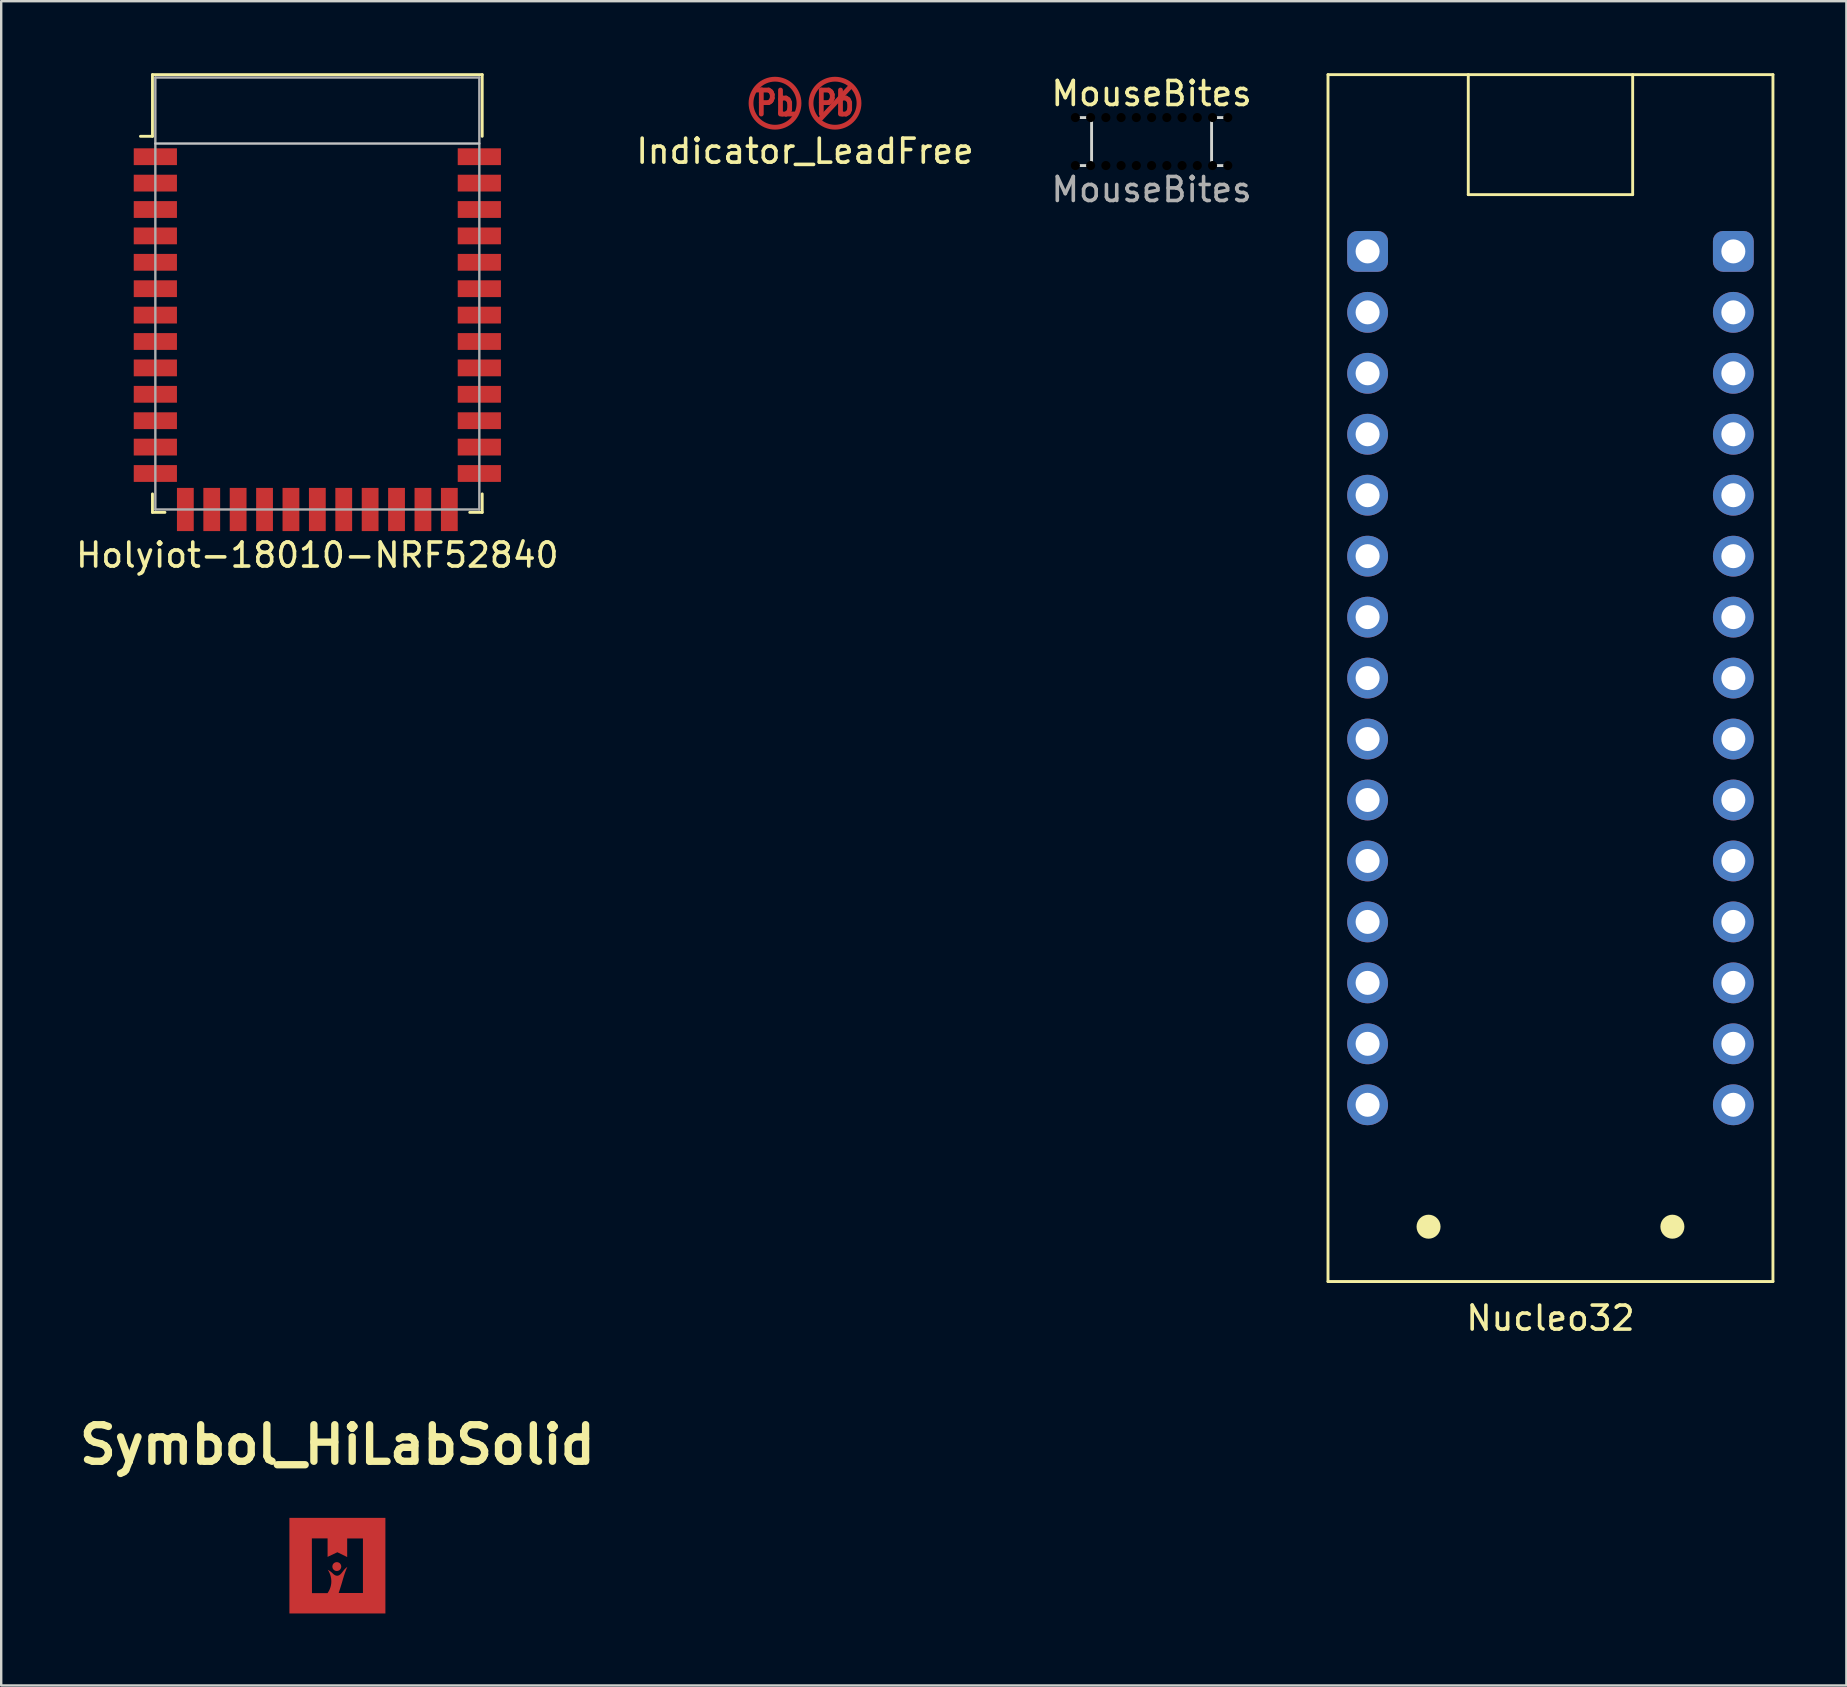
<source format=kicad_pcb>
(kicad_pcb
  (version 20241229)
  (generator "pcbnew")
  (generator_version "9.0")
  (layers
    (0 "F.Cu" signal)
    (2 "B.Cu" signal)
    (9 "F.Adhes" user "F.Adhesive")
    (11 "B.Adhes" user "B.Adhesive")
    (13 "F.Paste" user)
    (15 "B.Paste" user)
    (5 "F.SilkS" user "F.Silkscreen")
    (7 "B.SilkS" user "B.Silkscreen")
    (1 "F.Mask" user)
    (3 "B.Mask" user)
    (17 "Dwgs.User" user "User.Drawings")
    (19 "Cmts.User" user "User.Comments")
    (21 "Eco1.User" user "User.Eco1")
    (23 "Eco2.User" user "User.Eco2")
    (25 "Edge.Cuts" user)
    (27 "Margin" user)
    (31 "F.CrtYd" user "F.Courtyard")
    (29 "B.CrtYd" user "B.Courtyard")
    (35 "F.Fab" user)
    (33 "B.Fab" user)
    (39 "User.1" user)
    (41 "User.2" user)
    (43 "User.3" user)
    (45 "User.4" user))
  (footprint "MouseBites"
    (layer "F.Cu")
    (at 44.935 2.848)
    (property "Reference" "MouseBites" (at 0 -2 0) (unlocked yes) (layer "F.SilkS") (effects (font (size 1 1) (thickness 0.15))))
    (attr through_hole)
    (fp_line (start -3 -1) (end -2.5 -1) (stroke (width 0.12) (type solid)) (layer "Edge.Cuts"))
    (fp_line (start -3 1) (end -2.5 1) (stroke (width 0.12) (type solid)) (layer "Edge.Cuts"))
    (fp_line (start -2.5 1) (end -2.5 -1) (stroke (width 0.12) (type solid)) (layer "Edge.Cuts"))
    (fp_line (start 2.5 -1) (end 2.5 1) (stroke (width 0.12) (type solid)) (layer "Edge.Cuts"))
    (fp_line (start 2.5 -1) (end 3 -1) (stroke (width 0.12) (type solid)) (layer "Edge.Cuts"))
    (fp_line (start 2.5 1) (end 3 1) (stroke (width 0.12) (type solid)) (layer "Edge.Cuts"))
    (fp_text user "${REFERENCE}" (at 0 2 0) (unlocked yes) (layer "F.Fab") (effects (font (size 1 1) (thickness 0.15))))
    (pad "" np_thru_hole circle (at -3.175 -1 180) (size 0.38 0.38) (drill 0.38) (layers "*.Mask"))
    (pad "" np_thru_hole circle (at -3.175 1 180) (size 0.38 0.38) (drill 0.38) (layers "*.Mask"))
    (pad "" np_thru_hole circle (at -2.54 -1 180) (size 0.38 0.38) (drill 0.38) (layers "*.Mask"))
    (pad "" np_thru_hole circle (at -2.54 1 180) (size 0.38 0.38) (drill 0.38) (layers "*.Mask"))
    (pad "" np_thru_hole circle (at -1.905 -1 180) (size 0.38 0.38) (drill 0.38) (layers "*.Mask"))
    (pad "" np_thru_hole circle (at -1.905 1 180) (size 0.38 0.38) (drill 0.38) (layers "*.Mask"))
    (pad "" np_thru_hole circle (at -1.27 -1 180) (size 0.38 0.38) (drill 0.38) (layers "*.Mask"))
    (pad "" np_thru_hole circle (at -1.27 1 180) (size 0.38 0.38) (drill 0.38) (layers "*.Mask"))
    (pad "" np_thru_hole circle (at -0.635 -1 180) (size 0.38 0.38) (drill 0.38) (layers "*.Mask"))
    (pad "" np_thru_hole circle (at -0.635 1 180) (size 0.38 0.38) (drill 0.38) (layers "*.Mask"))
    (pad "" np_thru_hole circle (at 0 -1) (size 0.38 0.38) (drill 0.38) (layers "*.Mask"))
    (pad "" np_thru_hole circle (at 0 1) (size 0.38 0.38) (drill 0.38) (layers "*.Mask"))
    (pad "" np_thru_hole circle (at 0.635 -1) (size 0.38 0.38) (drill 0.38) (layers "*.Mask"))
    (pad "" np_thru_hole circle (at 0.635 1) (size 0.38 0.38) (drill 0.38) (layers "*.Mask"))
    (pad "" np_thru_hole circle (at 1.27 -1) (size 0.38 0.38) (drill 0.38) (layers "*.Mask"))
    (pad "" np_thru_hole circle (at 1.27 1) (size 0.38 0.38) (drill 0.38) (layers "*.Mask"))
    (pad "" np_thru_hole circle (at 1.905 -1) (size 0.38 0.38) (drill 0.38) (layers "*.Mask"))
    (pad "" np_thru_hole circle (at 1.905 1) (size 0.38 0.38) (drill 0.38) (layers "*.Mask"))
    (pad "" np_thru_hole circle (at 2.54 -1) (size 0.38 0.38) (drill 0.38) (layers "*.Mask"))
    (pad "" np_thru_hole circle (at 2.54 1) (size 0.38 0.38) (drill 0.38) (layers "*.Mask"))
    (pad "" np_thru_hole circle (at 3.175 -1) (size 0.38 0.38) (drill 0.38) (layers "*.Mask"))
    (pad "" np_thru_hole circle (at 3.175 1) (size 0.38 0.38) (drill 0.38) (layers "*.Mask")))
  (footprint "Indicator_LeadFree"
    (layer "F.Cu")
    (at 30.494 1.25)
    (property "Reference" "Indicator_LeadFree" (at 0 2 0) (layer "F.SilkS") (effects (font (size 1 1) (thickness 0.15))))
    (attr exclude_from_pos_files exclude_from_bom)
    (fp_line (start -2.05 -0.55) (end -1.8 -0.55) (stroke (width 0.2) (type solid)) (layer "F.Cu"))
    (fp_line (start -0.8 0.45) (end -0.4 0.45) (stroke (width 0.2) (type solid)) (layer "F.Cu"))
    (fp_line (start 0.6 0.7) (end 1.9 -0.7) (stroke (width 0.2) (type solid)) (layer "F.Cu"))
    (fp_circle (center -1.25 0) (end -0.25 0) (stroke (width 0.2) (type solid)) (fill no) (layer "F.Cu"))
    (fp_circle (center 1.25 0) (end 2.25 0) (stroke (width 0.2) (type solid)) (fill no) (layer "F.Cu"))
    (fp_circle (center -1.25 0) (end -0.75 0) (stroke (width 1.5) (type solid)) (fill no) (layer "F.Mask"))
    (fp_circle (center 1.25 0) (end 1.75 0) (stroke (width 1.5) (type solid)) (fill no) (layer "F.Mask"))
    (fp_text user "Pb" (at -1.25 0 0) (layer "F.Cu") (effects (font (size 1 0.8) (thickness 0.2))))
    (fp_text user "Pb" (at 1.25 0 0) (layer "F.Cu") (effects (font (size 1 0.8) (thickness 0.2)))))
  (footprint "Holyiot-18010-NRF52840"
    (layer "F.Cu")
    (at 10.173 10.08)
    (property "Reference" "Holyiot-18010-NRF52840" (at 0 10 180) (layer "F.SilkS") (effects (font (size 1 1) (thickness 0.15))))
    (attr smd)
    (fp_line (start -6.87 -10.02) (end -6.87 -7.45) (stroke (width 0.12) (type solid)) (layer "F.SilkS"))
    (fp_line (start -6.87 -7.45) (end -7.37 -7.45) (stroke (width 0.12) (type solid)) (layer "F.SilkS"))
    (fp_line (start -6.87 7.45) (end -6.87 8.22) (stroke (width 0.12) (type solid)) (layer "F.SilkS"))
    (fp_line (start -6.87 8.22) (end -6.35 8.22) (stroke (width 0.12) (type solid)) (layer "F.SilkS"))
    (fp_line (start 6.87 -10.02) (end -6.87 -10.02) (stroke (width 0.12) (type solid)) (layer "F.SilkS"))
    (fp_line (start 6.87 -10.02) (end 6.87 -7.45) (stroke (width 0.12) (type solid)) (layer "F.SilkS"))
    (fp_line (start 6.87 7.45) (end 6.87 8.22) (stroke (width 0.12) (type solid)) (layer "F.SilkS"))
    (fp_line (start 6.87 8.22) (end 6.35 8.22) (stroke (width 0.12) (type solid)) (layer "F.SilkS"))
    (fp_line (start -6.75 -7.15) (end 6.75 -7.15) (stroke (width 0.1) (type solid)) (layer "Dwgs.User"))
    (fp_line (start -6.75 -9.9) (end -6.75 8.1) (stroke (width 0.1) (type solid)) (layer "F.Fab"))
    (fp_line (start -6.75 8.1) (end 6.75 8.1) (stroke (width 0.1) (type solid)) (layer "F.Fab"))
    (fp_line (start 6.75 -9.9) (end -6.75 -9.9) (stroke (width 0.1) (type solid)) (layer "F.Fab"))
    (fp_line (start 6.75 8.1) (end 6.75 -9.9) (stroke (width 0.1) (type solid)) (layer "F.Fab"))
    (pad "1" smd rect (at -6.75 -6.6 270) (size 0.7 1.8) (layers "F.Cu" "F.Mask" "F.Paste"))
    (pad "2" smd rect (at -6.75 -5.5 270) (size 0.7 1.8) (layers "F.Cu" "F.Mask" "F.Paste"))
    (pad "3" smd rect (at -6.75 -4.4 270) (size 0.7 1.8) (layers "F.Cu" "F.Mask" "F.Paste"))
    (pad "4" smd rect (at -6.75 -3.3 270) (size 0.7 1.8) (layers "F.Cu" "F.Mask" "F.Paste"))
    (pad "5" smd rect (at -6.75 -2.2 270) (size 0.7 1.8) (layers "F.Cu" "F.Mask" "F.Paste"))
    (pad "6" smd rect (at -6.75 -1.1 270) (size 0.7 1.8) (layers "F.Cu" "F.Mask" "F.Paste"))
    (pad "7" smd rect (at -6.75 0 270) (size 0.7 1.8) (layers "F.Cu" "F.Mask" "F.Paste"))
    (pad "8" smd rect (at -6.75 1.1 270) (size 0.7 1.8) (layers "F.Cu" "F.Mask" "F.Paste"))
    (pad "9" smd rect (at -6.75 2.2 270) (size 0.7 1.8) (layers "F.Cu" "F.Mask" "F.Paste"))
    (pad "10" smd rect (at -6.75 3.3 270) (size 0.7 1.8) (layers "F.Cu" "F.Mask" "F.Paste"))
    (pad "11" smd rect (at -6.75 4.4 270) (size 0.7 1.8) (layers "F.Cu" "F.Mask" "F.Paste"))
    (pad "12" smd rect (at -6.75 5.5 270) (size 0.7 1.8) (layers "F.Cu" "F.Mask" "F.Paste"))
    (pad "13" smd rect (at -6.75 6.6 270) (size 0.7 1.8) (layers "F.Cu" "F.Mask" "F.Paste"))
    (pad "14" smd rect (at -5.5 8.1) (size 0.7 1.8) (layers "F.Cu" "F.Mask" "F.Paste"))
    (pad "15" smd rect (at -4.4 8.1) (size 0.7 1.8) (layers "F.Cu" "F.Mask" "F.Paste"))
    (pad "16" smd rect (at -3.3 8.1) (size 0.7 1.8) (layers "F.Cu" "F.Mask" "F.Paste"))
    (pad "17" smd rect (at -2.2 8.1) (size 0.7 1.8) (layers "F.Cu" "F.Mask" "F.Paste"))
    (pad "18" smd rect (at -1.1 8.1) (size 0.7 1.8) (layers "F.Cu" "F.Mask" "F.Paste"))
    (pad "19" smd rect (at 0 8.1) (size 0.7 1.8) (layers "F.Cu" "F.Mask" "F.Paste"))
    (pad "20" smd rect (at 1.1 8.1) (size 0.7 1.8) (layers "F.Cu" "F.Mask" "F.Paste"))
    (pad "21" smd rect (at 2.2 8.1) (size 0.7 1.8) (layers "F.Cu" "F.Mask" "F.Paste"))
    (pad "22" smd rect (at 3.3 8.1) (size 0.7 1.8) (layers "F.Cu" "F.Mask" "F.Paste"))
    (pad "23" smd rect (at 4.4 8.1) (size 0.7 1.8) (layers "F.Cu" "F.Mask" "F.Paste"))
    (pad "24" smd rect (at 5.5 8.1) (size 0.7 1.8) (layers "F.Cu" "F.Mask" "F.Paste"))
    (pad "25" smd rect (at 6.75 6.6 270) (size 0.7 1.8) (layers "F.Cu" "F.Mask" "F.Paste"))
    (pad "26" smd rect (at 6.75 5.5 270) (size 0.7 1.8) (layers "F.Cu" "F.Mask" "F.Paste"))
    (pad "27" smd rect (at 6.75 4.4 270) (size 0.7 1.8) (layers "F.Cu" "F.Mask" "F.Paste"))
    (pad "28" smd rect (at 6.75 3.3 270) (size 0.7 1.8) (layers "F.Cu" "F.Mask" "F.Paste"))
    (pad "29" smd rect (at 6.75 2.2 270) (size 0.7 1.8) (layers "F.Cu" "F.Mask" "F.Paste"))
    (pad "30" smd rect (at 6.75 1.1 270) (size 0.7 1.8) (layers "F.Cu" "F.Mask" "F.Paste"))
    (pad "31" smd rect (at 6.75 0 270) (size 0.7 1.8) (layers "F.Cu" "F.Mask" "F.Paste"))
    (pad "32" smd rect (at 6.75 -1.1 270) (size 0.7 1.8) (layers "F.Cu" "F.Mask" "F.Paste"))
    (pad "33" smd rect (at 6.75 -2.2 270) (size 0.7 1.8) (layers "F.Cu" "F.Mask" "F.Paste"))
    (pad "34" smd rect (at 6.75 -3.3 270) (size 0.7 1.8) (layers "F.Cu" "F.Mask" "F.Paste"))
    (pad "35" smd rect (at 6.75 -4.4 270) (size 0.7 1.8) (layers "F.Cu" "F.Mask" "F.Paste"))
    (pad "36" smd rect (at 6.75 -5.5 270) (size 0.7 1.8) (layers "F.Cu" "F.Mask" "F.Paste"))
    (pad "37" smd rect (at 6.75 -6.6 270) (size 0.7 1.8) (layers "F.Cu" "F.Mask" "F.Paste")))
  (footprint "Symbol_HiLabSolid"
    (layer "F.Cu")
    (at 11.009 62.189)
    (property "Reference" "Symbol_HiLabSolid" (at 0 -5.039 0) (layer "F.SilkS") (effects (font (size 1.524 1.524) (thickness 0.305))))
    (attr exclude_from_pos_files exclude_from_bom)
    (pad "1" smd custom (at -2 -1.991) (size 0.00001 0.00001) (layers "F.Cu" "F.Mask") (options (anchor circle)) (primitives (gr_poly (pts (xy 0 0) (xy 0 3.983) (xy 1.589 3.983) (xy 1.589 3.135) (xy 0.94 3.135) (xy 0.936 0.859) (xy 0.936 0.855) (xy 1.591 0.855) (xy 1.591 1.625) (xy 1.999 1.432) (xy 2.407 1.632) (xy 2.407 0.857) (xy 3.064 0.857) (xy 3.064 3.131) (xy 2.053 3.131) (xy 2.066 3.092) (xy 2.078 3.053) (xy 2.091 3.015) (xy 2.103 2.976) (xy 2.116 2.937) (xy 2.128 2.898) (xy 2.14 2.859) (xy 2.152 2.821) (xy 2.164 2.782) (xy 2.176 2.742) (xy 2.188 2.703) (xy 2.199 2.665) (xy 2.21 2.627) (xy 2.221 2.589) (xy 2.232 2.551) (xy 2.243 2.513) (xy 2.255 2.476) (xy 2.266 2.438) (xy 2.278 2.4) (xy 2.29 2.363) (xy 2.302 2.326) (xy 2.315 2.289) (xy 2.328 2.253) (xy 2.341 2.218) (xy 2.355 2.182) (xy 2.369 2.147) (xy 2.383 2.112) (xy 2.398 2.077) (xy 2.413 2.042) (xy 2.379 2.067) (xy 2.347 2.095) (xy 2.316 2.124) (xy 2.288 2.155) (xy 2.261 2.188) (xy 2.236 2.22) (xy 2.211 2.253) (xy 2.185 2.285) (xy 2.159 2.316) (xy 2.131 2.344) (xy 2.102 2.369) (xy 2.072 2.389) (xy 2.039 2.403) (xy 2.003 2.41) (xy 1.965 2.409) (xy 1.927 2.4) (xy 1.893 2.384) (xy 1.861 2.363) (xy 1.831 2.338) (xy 1.802 2.311) (xy 1.774 2.285) (xy 1.747 2.261) (xy 1.719 2.239) (xy 1.69 2.218) (xy 1.66 2.198) (xy 1.629 2.179) (xy 1.597 2.162) (xy 1.621 2.198) (xy 1.642 2.234) (xy 1.661 2.272) (xy 1.678 2.31) (xy 1.694 2.349) (xy 1.707 2.388) (xy 1.719 2.428) (xy 1.728 2.469) (xy 1.736 2.51) (xy 1.742 2.551) (xy 1.745 2.592) (xy 1.747 2.634) (xy 1.746 2.676) (xy 1.744 2.717) (xy 1.739 2.759) (xy 1.732 2.799) (xy 1.724 2.839) (xy 1.713 2.879) (xy 1.701 2.918) (xy 1.687 2.956) (xy 1.671 2.993) (xy 1.653 3.03) (xy 1.633 3.066) (xy 1.612 3.101) (xy 1.589 3.135) (xy 1.589 3.983) (xy 4 3.983) (xy 4 0) (xy 0 0)) (width 0.00001) (fill yes))))
    (pad "1" smd custom (at -0.025 -0.147) (size 0.00001 0.00001) (layers "F.Cu" "F.Mask") (options (anchor circle)) (primitives (gr_poly (pts (xy 0 0) (xy -0.036 0.004) (xy -0.071 0.014) (xy -0.103 0.031) (xy -0.131 0.054) (xy -0.154 0.082) (xy -0.171 0.114) (xy -0.181 0.149) (xy -0.185 0.185) (xy -0.181 0.221) (xy -0.171 0.255) (xy -0.154 0.287) (xy -0.131 0.315) (xy -0.103 0.338) (xy -0.071 0.355) (xy -0.036 0.366) (xy 0 0.369) (xy 0.036 0.366) (xy 0.071 0.355) (xy 0.103 0.338) (xy 0.131 0.315) (xy 0.154 0.287) (xy 0.171 0.255) (xy 0.181 0.221) (xy 0.185 0.185) (xy 0.181 0.149) (xy 0.171 0.114) (xy 0.154 0.082) (xy 0.131 0.054) (xy 0.103 0.031) (xy 0.071 0.014) (xy 0.036 0.004) (xy 0 0)) (width 0.00001) (fill yes)))))
  (footprint "Nucleo32"
    (layer "F.Cu")
    (at 61.556 25.205)
    (property "Reference" "Nucleo32" (at 0 26.67 0) (layer "F.SilkS") (effects (font (size 1 1) (thickness 0.15))))
    (attr through_hole)
    (fp_line (start -9.27 -25.145) (end -9.27 25.145) (stroke (width 0.12) (type solid)) (layer "F.SilkS"))
    (fp_line (start -9.27 25.145) (end 9.27 25.145) (stroke (width 0.12) (type solid)) (layer "F.SilkS"))
    (fp_line (start -3.425 -25.145) (end -3.425 -20.145) (stroke (width 0.12) (type solid)) (layer "F.SilkS"))
    (fp_line (start -3.425 -20.145) (end 3.425 -20.145) (stroke (width 0.12) (type solid)) (layer "F.SilkS"))
    (fp_line (start 3.425 -20.145) (end 3.425 -25.145) (stroke (width 0.12) (type solid)) (layer "F.SilkS"))
    (fp_line (start 9.27 -25.145) (end -9.27 -25.145) (stroke (width 0.12) (type solid)) (layer "F.SilkS"))
    (fp_line (start 9.27 25.145) (end 9.27 -25.145) (stroke (width 0.12) (type solid)) (layer "F.SilkS"))
    (fp_circle (center -5.08 22.86) (end -4.83 22.86) (stroke (width 0.5) (type solid)) (fill no) (layer "F.SilkS"))
    (fp_circle (center 5.08 22.86) (end 5.33 22.86) (stroke (width 0.5) (type solid)) (fill no) (layer "F.SilkS"))
    (pad "1" thru_hole roundrect (at -7.62 -17.78) (size 1.7 1.7) (drill 1) (layers "*.Cu" "*.Mask") (roundrect_rratio 0.25))
    (pad "2" thru_hole circle (at -7.62 -15.24) (size 1.7 1.7) (drill 1) (layers "*.Cu" "*.Mask"))
    (pad "3" thru_hole circle (at -7.62 -12.7) (size 1.7 1.7) (drill 1) (layers "*.Cu" "*.Mask"))
    (pad "4" thru_hole circle (at -7.62 -10.16) (size 1.7 1.7) (drill 1) (layers "*.Cu" "*.Mask"))
    (pad "5" thru_hole circle (at -7.62 -7.62) (size 1.7 1.7) (drill 1) (layers "*.Cu" "*.Mask"))
    (pad "6" thru_hole circle (at -7.62 -5.08) (size 1.7 1.7) (drill 1) (layers "*.Cu" "*.Mask"))
    (pad "7" thru_hole circle (at -7.62 -2.54) (size 1.7 1.7) (drill 1) (layers "*.Cu" "*.Mask"))
    (pad "8" thru_hole circle (at -7.62 0) (size 1.7 1.7) (drill 1) (layers "*.Cu" "*.Mask"))
    (pad "9" thru_hole circle (at -7.62 2.54) (size 1.7 1.7) (drill 1) (layers "*.Cu" "*.Mask"))
    (pad "10" thru_hole circle (at -7.62 5.08) (size 1.7 1.7) (drill 1) (layers "*.Cu" "*.Mask"))
    (pad "11" thru_hole circle (at -7.62 7.62) (size 1.7 1.7) (drill 1) (layers "*.Cu" "*.Mask"))
    (pad "12" thru_hole circle (at -7.62 10.16) (size 1.7 1.7) (drill 1) (layers "*.Cu" "*.Mask"))
    (pad "13" thru_hole circle (at -7.62 12.7) (size 1.7 1.7) (drill 1) (layers "*.Cu" "*.Mask"))
    (pad "14" thru_hole circle (at -7.62 15.24) (size 1.7 1.7) (drill 1) (layers "*.Cu" "*.Mask"))
    (pad "15" thru_hole circle (at -7.62 17.78) (size 1.7 1.7) (drill 1) (layers "*.Cu" "*.Mask"))
    (pad "16" thru_hole roundrect (at 7.62 -17.78) (size 1.7 1.7) (drill 1) (layers "*.Cu" "*.Mask") (roundrect_rratio 0.25))
    (pad "17" thru_hole circle (at 7.62 -15.24) (size 1.7 1.7) (drill 1) (layers "*.Cu" "*.Mask"))
    (pad "18" thru_hole circle (at 7.62 -12.7) (size 1.7 1.7) (drill 1) (layers "*.Cu" "*.Mask"))
    (pad "19" thru_hole circle (at 7.62 -10.16) (size 1.7 1.7) (drill 1) (layers "*.Cu" "*.Mask"))
    (pad "20" thru_hole circle (at 7.62 -7.62) (size 1.7 1.7) (drill 1) (layers "*.Cu" "*.Mask"))
    (pad "21" thru_hole circle (at 7.62 -5.08) (size 1.7 1.7) (drill 1) (layers "*.Cu" "*.Mask"))
    (pad "22" thru_hole circle (at 7.62 -2.54) (size 1.7 1.7) (drill 1) (layers "*.Cu" "*.Mask"))
    (pad "23" thru_hole circle (at 7.62 0) (size 1.7 1.7) (drill 1) (layers "*.Cu" "*.Mask"))
    (pad "24" thru_hole circle (at 7.62 2.54) (size 1.7 1.7) (drill 1) (layers "*.Cu" "*.Mask"))
    (pad "25" thru_hole circle (at 7.62 5.08) (size 1.7 1.7) (drill 1) (layers "*.Cu" "*.Mask"))
    (pad "26" thru_hole circle (at 7.62 7.62) (size 1.7 1.7) (drill 1) (layers "*.Cu" "*.Mask"))
    (pad "27" thru_hole circle (at 7.62 10.16) (size 1.7 1.7) (drill 1) (layers "*.Cu" "*.Mask"))
    (pad "28" thru_hole circle (at 7.62 12.7) (size 1.7 1.7) (drill 1) (layers "*.Cu" "*.Mask"))
    (pad "29" thru_hole circle (at 7.62 15.24) (size 1.7 1.7) (drill 1) (layers "*.Cu" "*.Mask"))
    (pad "30" thru_hole circle (at 7.62 17.78) (size 1.7 1.7) (drill 1) (layers "*.Cu" "*.Mask")))
  (gr_rect
    (start -3 -3)
    (end 73.886 67.181)
    (stroke (width 0.1) (type default))
    (fill no)
    (layer "Edge.Cuts")))
</source>
